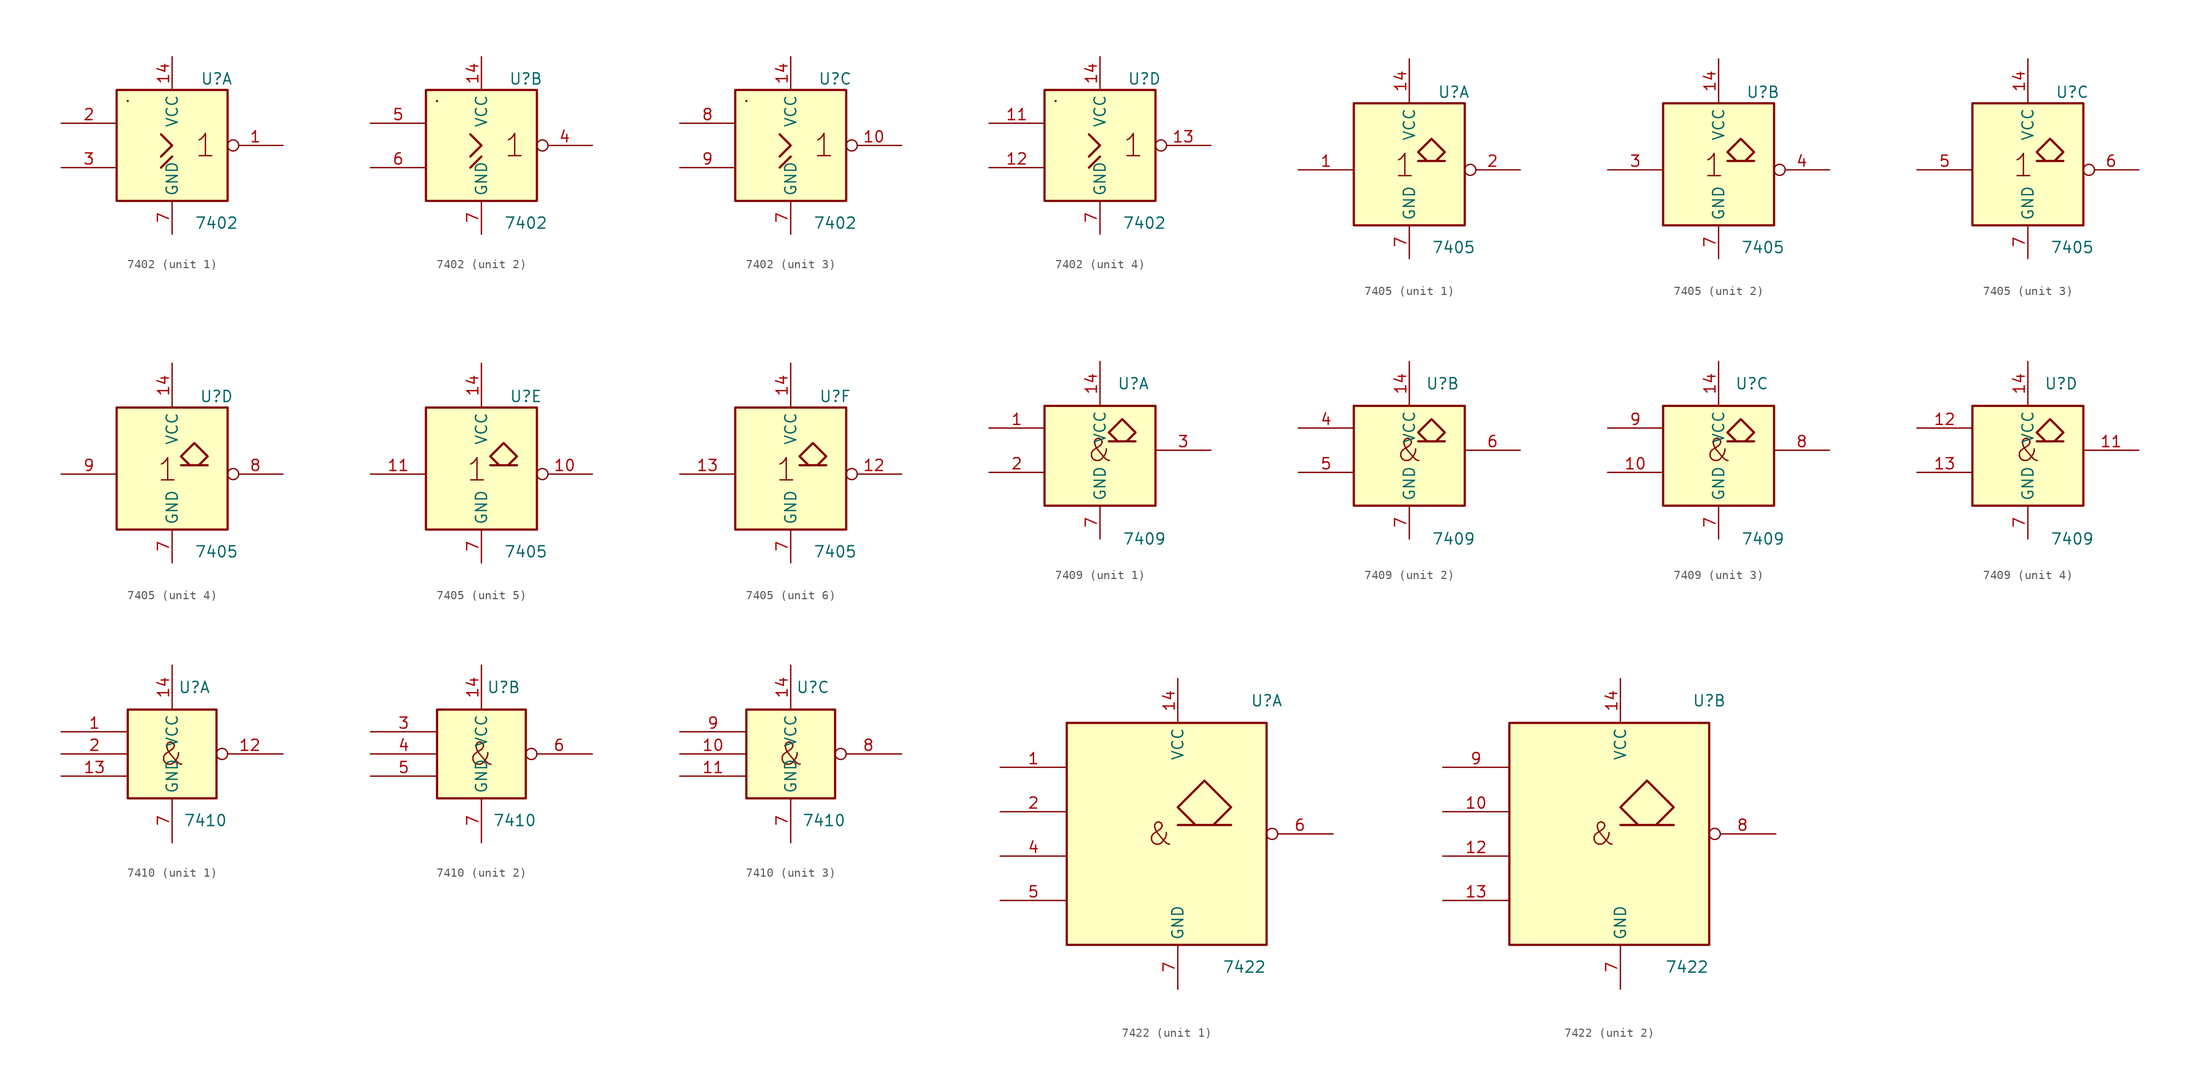
<source format=kicad_sym>
(kicad_symbol_lib
  (version 20231120)
  (generator "kicad_symbol_editor")
  (generator_version "8.0")
  (symbol "7402"
    (property "Reference" "U"
      (at 5.08 7.62 0)
      (effects (font (size 1.27 1.27))))
    (property "Value" "7402"
      (at 5.08 -8.89 0)
      (effects (font (size 1.27 1.27))))
    (symbol "7402_0_0"
      (rectangle (start -5.08 5.08) (end -5.08 5.08) (stroke (width 0.254) (type default)) (fill (type background)))
      (polyline (pts (xy -1.27 -2.54) (xy 0 -1.27) (xy 0 -1.27)) (stroke (width 0.254) (type default)) (fill (type background)))
      (polyline (pts (xy -1.27 1.27) (xy 0 0) (xy -1.27 -1.27) (xy -1.27 -1.27)) (stroke (width 0.254) (type default)) (fill (type background)))
      (text "1" (at 3.81 0 0) (effects (font (size 2.54 2.54)))))
    (symbol "7402_0_1"
      (rectangle (start -6.35 6.35) (end 6.35 -6.35) (stroke (width 0.254) (type default)) (fill (type background)))
      (pin power_in line (at 0 10.16 270) (length 3.81) (name "VCC" (effects (font (size 1.27 1.27)))) (number "14" (effects (font (size 1.27 1.27)))))
      (pin power_in line (at 0 -10.16 90) (length 3.81) (name "GND" (effects (font (size 1.27 1.27)))) (number "7" (effects (font (size 1.27 1.27))))))
    (symbol "7402_1_1"
      (pin output inverted (at 12.7 0 180) (length 6.35) (name "~" (effects (font (size 1.27 1.27)))) (number "1" (effects (font (size 1.27 1.27)))))
      (pin input line (at -12.7 2.54 0) (length 6.35) (name "~" (effects (font (size 1.27 1.27)))) (number "2" (effects (font (size 1.27 1.27)))))
      (pin input line (at -12.7 -2.54 0) (length 6.35) (name "~" (effects (font (size 1.27 1.27)))) (number "3" (effects (font (size 1.27 1.27))))))
    (symbol "7402_2_1"
      (pin output inverted (at 12.7 0 180) (length 6.35) (name "~" (effects (font (size 1.27 1.27)))) (number "4" (effects (font (size 1.27 1.27)))))
      (pin input line (at -12.7 2.54 0) (length 6.35) (name "~" (effects (font (size 1.27 1.27)))) (number "5" (effects (font (size 1.27 1.27)))))
      (pin input line (at -12.7 -2.54 0) (length 6.35) (name "~" (effects (font (size 1.27 1.27)))) (number "6" (effects (font (size 1.27 1.27))))))
    (symbol "7402_3_1"
      (pin output inverted (at 12.7 0 180) (length 6.35) (name "~" (effects (font (size 1.27 1.27)))) (number "10" (effects (font (size 1.27 1.27)))))
      (pin input line (at -12.7 2.54 0) (length 6.35) (name "~" (effects (font (size 1.27 1.27)))) (number "8" (effects (font (size 1.27 1.27)))))
      (pin input line (at -12.7 -2.54 0) (length 6.35) (name "~" (effects (font (size 1.27 1.27)))) (number "9" (effects (font (size 1.27 1.27))))))
    (symbol "7402_4_1"
      (pin input line (at -12.7 2.54 0) (length 6.35) (name "~" (effects (font (size 1.27 1.27)))) (number "11" (effects (font (size 1.27 1.27)))))
      (pin input line (at -12.7 -2.54 0) (length 6.35) (name "~" (effects (font (size 1.27 1.27)))) (number "12" (effects (font (size 1.27 1.27)))))
      (pin output inverted (at 12.7 0 180) (length 6.35) (name "~" (effects (font (size 1.27 1.27)))) (number "13" (effects (font (size 1.27 1.27)))))))
  (symbol "7405"
    (property "Reference" "U"
      (at 5.08 8.89 0)
      (effects (font (size 1.27 1.27))))
    (property "Value" "7405"
      (at 5.08 -8.89 0)
      (effects (font (size 1.27 1.27))))
    (symbol "7405_0_0"
      (text "1" (at -0.508 0.508 0) (effects (font (size 2.54 2.54)))))
    (symbol "7405_0_1"
      (rectangle (start -6.35 7.62) (end 6.35 -6.35) (stroke (width 0.254) (type default)) (fill (type background)))
      (polyline (pts (xy 3.048 1.016) (xy 4.064 2.032) (xy 2.54 3.556) (xy 1.016 2.032) (xy 2.032 1.016) (xy 1.016 1.016) (xy 4.064 1.016) (xy 4.064 1.016)) (stroke (width 0.254) (type default)) (fill (type background)))
      (pin power_in line (at 0 12.7 270) (length 5.08) (name "VCC" (effects (font (size 1.27 1.27)))) (number "14" (effects (font (size 1.27 1.27)))))
      (pin power_in line (at 0 -10.16 90) (length 3.81) (name "GND" (effects (font (size 1.27 1.27)))) (number "7" (effects (font (size 1.27 1.27))))))
    (symbol "7405_1_1"
      (pin input line (at -12.7 0 0) (length 6.35) (name "~" (effects (font (size 1.27 1.27)))) (number "1" (effects (font (size 1.27 1.27)))))
      (pin open_collector inverted (at 12.7 0 180) (length 6.35) (name "~" (effects (font (size 1.27 1.27)))) (number "2" (effects (font (size 1.27 1.27))))))
    (symbol "7405_2_1"
      (pin input line (at -12.7 0 0) (length 6.35) (name "~" (effects (font (size 1.27 1.27)))) (number "3" (effects (font (size 1.27 1.27)))))
      (pin open_collector inverted (at 12.7 0 180) (length 6.35) (name "~" (effects (font (size 1.27 1.27)))) (number "4" (effects (font (size 1.27 1.27))))))
    (symbol "7405_3_1"
      (pin input line (at -12.7 0 0) (length 6.35) (name "~" (effects (font (size 1.27 1.27)))) (number "5" (effects (font (size 1.27 1.27)))))
      (pin open_collector inverted (at 12.7 0 180) (length 6.35) (name "~" (effects (font (size 1.27 1.27)))) (number "6" (effects (font (size 1.27 1.27))))))
    (symbol "7405_4_1"
      (pin open_collector inverted (at 12.7 0 180) (length 6.35) (name "~" (effects (font (size 1.27 1.27)))) (number "8" (effects (font (size 1.27 1.27)))))
      (pin input line (at -12.7 0 0) (length 6.35) (name "~" (effects (font (size 1.27 1.27)))) (number "9" (effects (font (size 1.27 1.27))))))
    (symbol "7405_5_1"
      (pin open_collector inverted (at 12.7 0 180) (length 6.35) (name "~" (effects (font (size 1.27 1.27)))) (number "10" (effects (font (size 1.27 1.27)))))
      (pin input line (at -12.7 0 0) (length 6.35) (name "~" (effects (font (size 1.27 1.27)))) (number "11" (effects (font (size 1.27 1.27))))))
    (symbol "7405_6_1"
      (pin open_collector inverted (at 12.7 0 180) (length 6.35) (name "~" (effects (font (size 1.27 1.27)))) (number "12" (effects (font (size 1.27 1.27)))))
      (pin input line (at -12.7 0 0) (length 6.35) (name "~" (effects (font (size 1.27 1.27)))) (number "13" (effects (font (size 1.27 1.27)))))))
  (symbol "7409"
    (property "Reference" "U"
      (at 3.81 7.62 0)
      (effects (font (size 1.27 1.27))))
    (property "Value" "7409"
      (at 5.08 -10.16 0)
      (effects (font (size 1.27 1.27))))
    (symbol "7409_0_1"
      (rectangle (start -6.35 5.08) (end 6.35 -6.35) (stroke (width 0.254) (type default)) (fill (type background)))
      (polyline (pts (xy 1.016 2.032) (xy 2.032 1.016) (xy 1.016 2.032) (xy 2.54 3.556) (xy 4.064 2.032) (xy 3.048 1.016) (xy 4.064 1.016) (xy 1.016 1.016) (xy 1.016 1.016)) (stroke (width 0.254) (type default)) (fill (type background)))
      (text "&" (at 0 0 0) (effects (font (size 2.54 2.54))))
      (pin power_in line (at 0 10.16 270) (length 5.08) (name "VCC" (effects (font (size 1.27 1.27)))) (number "14" (effects (font (size 1.27 1.27)))))
      (pin power_in line (at 0 -10.16 90) (length 3.81) (name "GND" (effects (font (size 1.27 1.27)))) (number "7" (effects (font (size 1.27 1.27))))))
    (symbol "7409_1_1"
      (pin input line (at -12.7 2.54 0) (length 6.35) (name "~" (effects (font (size 1.27 1.27)))) (number "1" (effects (font (size 1.27 1.27)))))
      (pin input line (at -12.7 -2.54 0) (length 6.35) (name "~" (effects (font (size 1.27 1.27)))) (number "2" (effects (font (size 1.27 1.27)))))
      (pin open_collector line (at 12.7 0 180) (length 6.35) (name "~" (effects (font (size 1.27 1.27)))) (number "3" (effects (font (size 1.27 1.27))))))
    (symbol "7409_2_1"
      (pin input line (at -12.7 2.54 0) (length 6.35) (name "~" (effects (font (size 1.27 1.27)))) (number "4" (effects (font (size 1.27 1.27)))))
      (pin input line (at -12.7 -2.54 0) (length 6.35) (name "~" (effects (font (size 1.27 1.27)))) (number "5" (effects (font (size 1.27 1.27)))))
      (pin open_collector line (at 12.7 0 180) (length 6.35) (name "~" (effects (font (size 1.27 1.27)))) (number "6" (effects (font (size 1.27 1.27))))))
    (symbol "7409_3_1"
      (pin input line (at -12.7 -2.54 0) (length 6.35) (name "~" (effects (font (size 1.27 1.27)))) (number "10" (effects (font (size 1.27 1.27)))))
      (pin open_collector line (at 12.7 0 180) (length 6.35) (name "~" (effects (font (size 1.27 1.27)))) (number "8" (effects (font (size 1.27 1.27)))))
      (pin input line (at -12.7 2.54 0) (length 6.35) (name "~" (effects (font (size 1.27 1.27)))) (number "9" (effects (font (size 1.27 1.27))))))
    (symbol "7409_4_1"
      (pin open_collector line (at 12.7 0 180) (length 6.35) (name "~" (effects (font (size 1.27 1.27)))) (number "11" (effects (font (size 1.27 1.27)))))
      (pin input line (at -12.7 2.54 0) (length 6.35) (name "~" (effects (font (size 1.27 1.27)))) (number "12" (effects (font (size 1.27 1.27)))))
      (pin input line (at -12.7 -2.54 0) (length 6.35) (name "~" (effects (font (size 1.27 1.27)))) (number "13" (effects (font (size 1.27 1.27)))))))
  (symbol "7410"
    (property "Reference" "U"
      (at 2.54 7.62 0)
      (effects (font (size 1.27 1.27))))
    (property "Value" "7410"
      (at 3.81 -7.62 0)
      (effects (font (size 1.27 1.27))))
    (symbol "7410_0_0"
      (text "&" (at 0 0 0) (effects (font (size 2.54 2.54)))))
    (symbol "7410_0_1"
      (rectangle (start -5.08 5.08) (end 5.08 -5.08) (stroke (width 0.254) (type default)) (fill (type background)))
      (pin power_in line (at 0 10.16 270) (length 5.08) (name "VCC" (effects (font (size 1.27 1.27)))) (number "14" (effects (font (size 1.27 1.27)))))
      (pin power_in line (at 0 -10.16 90) (length 5.08) (name "GND" (effects (font (size 1.27 1.27)))) (number "7" (effects (font (size 1.27 1.27))))))
    (symbol "7410_1_1"
      (pin input line (at -12.7 2.54 0) (length 7.62) (name "~" (effects (font (size 1.27 1.27)))) (number "1" (effects (font (size 1.27 1.27)))))
      (pin output inverted (at 12.7 0 180) (length 7.62) (name "~" (effects (font (size 1.27 1.27)))) (number "12" (effects (font (size 1.27 1.27)))))
      (pin input line (at -12.7 -2.54 0) (length 7.62) (name "~" (effects (font (size 1.27 1.27)))) (number "13" (effects (font (size 1.27 1.27)))))
      (pin input line (at -12.7 0 0) (length 7.62) (name "~" (effects (font (size 1.27 1.27)))) (number "2" (effects (font (size 1.27 1.27))))))
    (symbol "7410_2_1"
      (pin input line (at -12.7 2.54 0) (length 7.62) (name "~" (effects (font (size 1.27 1.27)))) (number "3" (effects (font (size 1.27 1.27)))))
      (pin input line (at -12.7 0 0) (length 7.62) (name "~" (effects (font (size 1.27 1.27)))) (number "4" (effects (font (size 1.27 1.27)))))
      (pin input line (at -12.7 -2.54 0) (length 7.62) (name "~" (effects (font (size 1.27 1.27)))) (number "5" (effects (font (size 1.27 1.27)))))
      (pin output inverted (at 12.7 0 180) (length 7.62) (name "~" (effects (font (size 1.27 1.27)))) (number "6" (effects (font (size 1.27 1.27))))))
    (symbol "7410_3_1"
      (pin input line (at -12.7 0 0) (length 7.62) (name "~" (effects (font (size 1.27 1.27)))) (number "10" (effects (font (size 1.27 1.27)))))
      (pin input line (at -12.7 -2.54 0) (length 7.62) (name "~" (effects (font (size 1.27 1.27)))) (number "11" (effects (font (size 1.27 1.27)))))
      (pin output inverted (at 12.7 0 180) (length 7.62) (name "~" (effects (font (size 1.27 1.27)))) (number "8" (effects (font (size 1.27 1.27)))))
      (pin input line (at -12.7 2.54 0) (length 7.62) (name "~" (effects (font (size 1.27 1.27)))) (number "9" (effects (font (size 1.27 1.27)))))))
  (symbol "7422"
    (property "Reference" "U"
      (at 10.16 15.24 0)
      (effects (font (size 1.27 1.27))))
    (property "Value" "7422"
      (at 7.62 -15.24 0)
      (effects (font (size 1.27 1.27))))
    (symbol "7422_0_0"
      (text "&" (at -2.032 0 0) (effects (font (size 2.54 2.54)))))
    (symbol "7422_0_1"
      (rectangle (start -12.7 12.7) (end 10.16 -12.7) (stroke (width 0.254) (type default)) (fill (type background)))
      (polyline (pts (xy 4.064 1.016) (xy 6.096 3.048) (xy 3.048 6.096) (xy 0 3.048) (xy 2.032 1.016) (xy 0 1.016) (xy 6.096 1.016) (xy 6.096 1.016)) (stroke (width 0.254) (type default)) (fill (type background)))
      (pin power_in line (at 0 17.78 270) (length 5.08) (name "VCC" (effects (font (size 1.27 1.27)))) (number "14" (effects (font (size 1.27 1.27)))))
      (pin power_in line (at 0 -17.78 90) (length 5.08) (name "GND" (effects (font (size 1.27 1.27)))) (number "7" (effects (font (size 1.27 1.27))))))
    (symbol "7422_1_1"
      (pin input line (at -20.32 7.62 0) (length 7.62) (name "~" (effects (font (size 1.27 1.27)))) (number "1" (effects (font (size 1.27 1.27)))))
      (pin input line (at -20.32 2.54 0) (length 7.62) (name "~" (effects (font (size 1.27 1.27)))) (number "2" (effects (font (size 1.27 1.27)))))
      (pin input line (at -20.32 -2.54 0) (length 7.62) (name "~" (effects (font (size 1.27 1.27)))) (number "4" (effects (font (size 1.27 1.27)))))
      (pin input line (at -20.32 -7.62 0) (length 7.62) (name "~" (effects (font (size 1.27 1.27)))) (number "5" (effects (font (size 1.27 1.27)))))
      (pin open_collector inverted (at 17.78 0 180) (length 7.62) (name "~" (effects (font (size 1.27 1.27)))) (number "6" (effects (font (size 1.27 1.27))))))
    (symbol "7422_2_1"
      (pin input line (at -20.32 2.54 0) (length 7.62) (name "~" (effects (font (size 1.27 1.27)))) (number "10" (effects (font (size 1.27 1.27)))))
      (pin input line (at -20.32 -2.54 0) (length 7.62) (name "~" (effects (font (size 1.27 1.27)))) (number "12" (effects (font (size 1.27 1.27)))))
      (pin input line (at -20.32 -7.62 0) (length 7.62) (name "~" (effects (font (size 1.27 1.27)))) (number "13" (effects (font (size 1.27 1.27)))))
      (pin open_collector inverted (at 17.78 0 180) (length 7.62) (name "~" (effects (font (size 1.27 1.27)))) (number "8" (effects (font (size 1.27 1.27)))))
      (pin input line (at -20.32 7.62 0) (length 7.62) (name "~" (effects (font (size 1.27 1.27)))) (number "9" (effects (font (size 1.27 1.27))))))))
</source>
